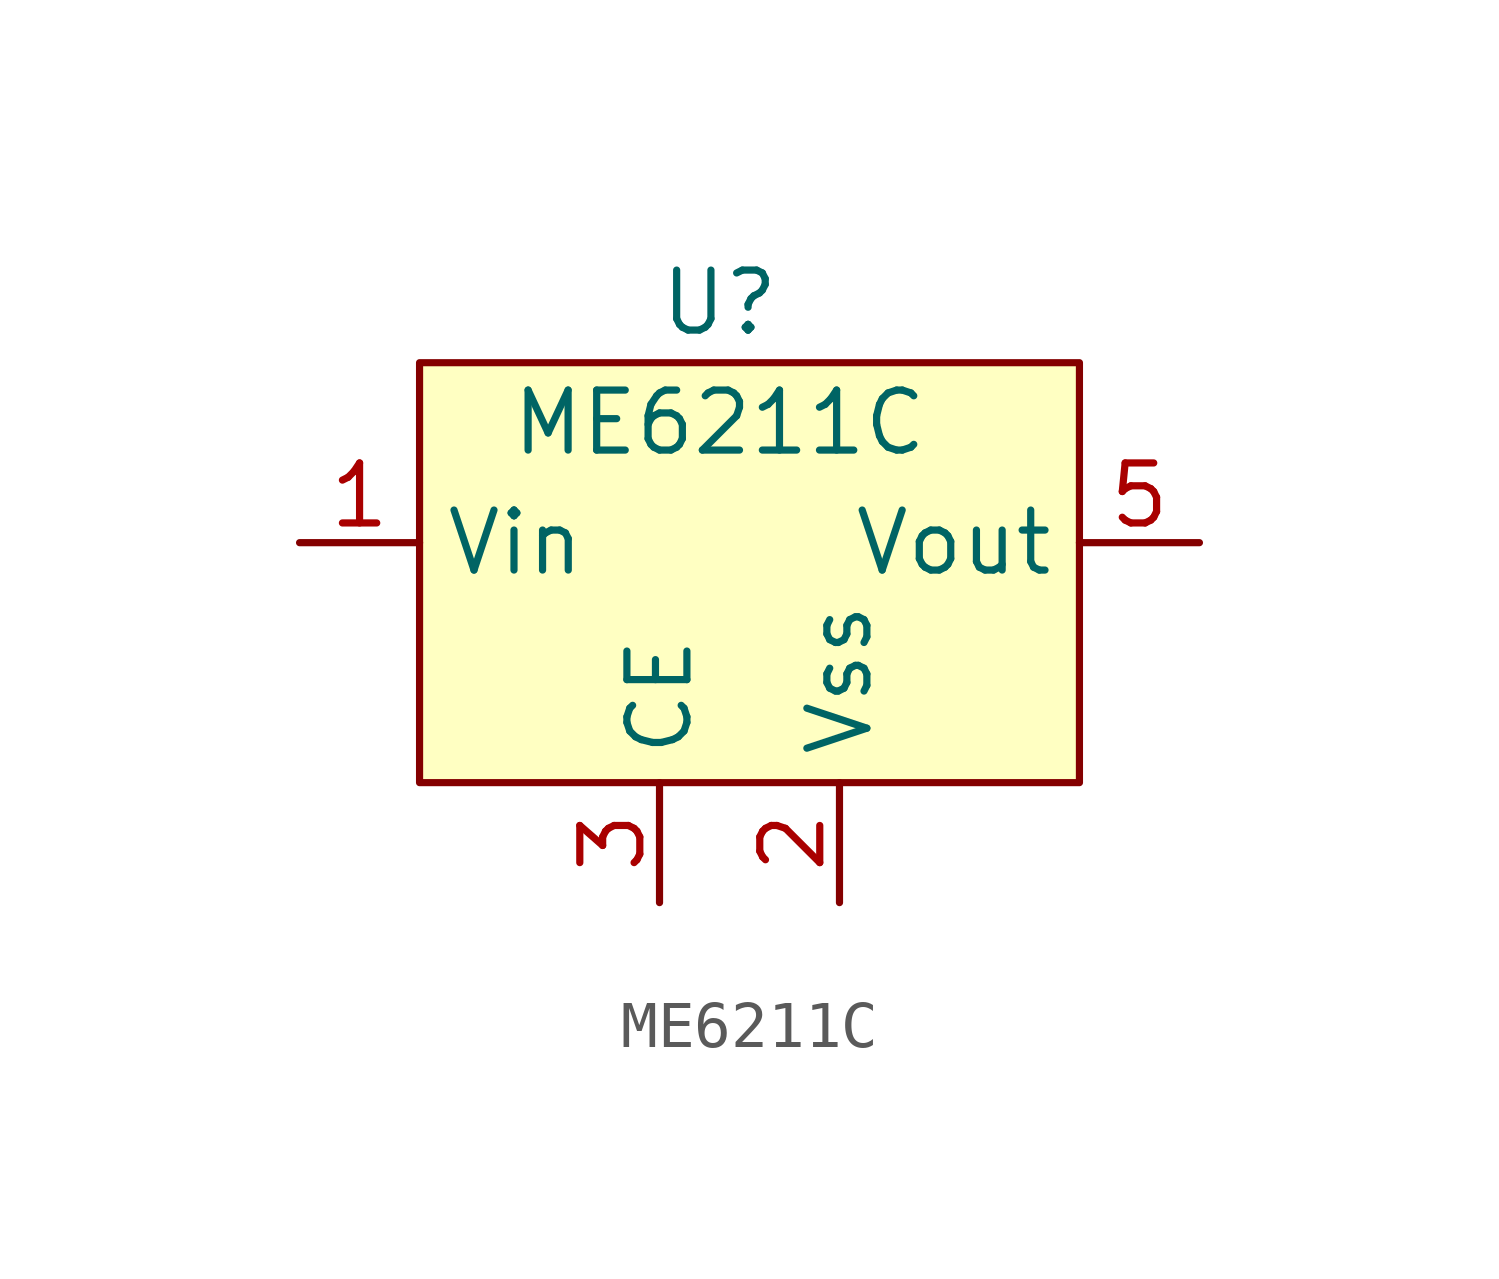
<source format=kicad_sym>
(kicad_symbol_lib
  (version 20211014)
  (generator kicad_symbol_editor)
  (symbol "ME6211C"
    (property "Reference" "U"
      (at 0 7.62 0)
      (effects (font (size 1.27 1.27))))
    (property "Value" "ME6211C"
      (at 0 5.08 0)
      (effects (font (size 1.27 1.27))))
    (symbol "ME6211C_0_1"
      (rectangle (start 7.62 6.35) (end -6.35 -2.54) (stroke (width 0.152) (type default) (color 0 0 0 0)) (fill (type background))))
    (symbol "ME6211C_1_1"
      (pin power_in line (at -8.89 2.54 0) (length 2.54) (name "Vin" (effects (font (size 1.27 1.27)))) (number "1" (effects (font (size 1.27 1.27)))))
      (pin power_in line (at 2.54 -5.08 90) (length 2.54) (name "Vss" (effects (font (size 1.27 1.27)))) (number "2" (effects (font (size 1.27 1.27)))))
      (pin power_in line (at -1.27 -5.08 90) (length 2.54) (name "CE" (effects (font (size 1.27 1.27)))) (number "3" (effects (font (size 1.27 1.27)))))
      (pin power_out line (at 10.16 2.54 180) (length 2.54) (name "Vout" (effects (font (size 1.27 1.27)))) (number "5" (effects (font (size 1.27 1.27))))))))
</source>
